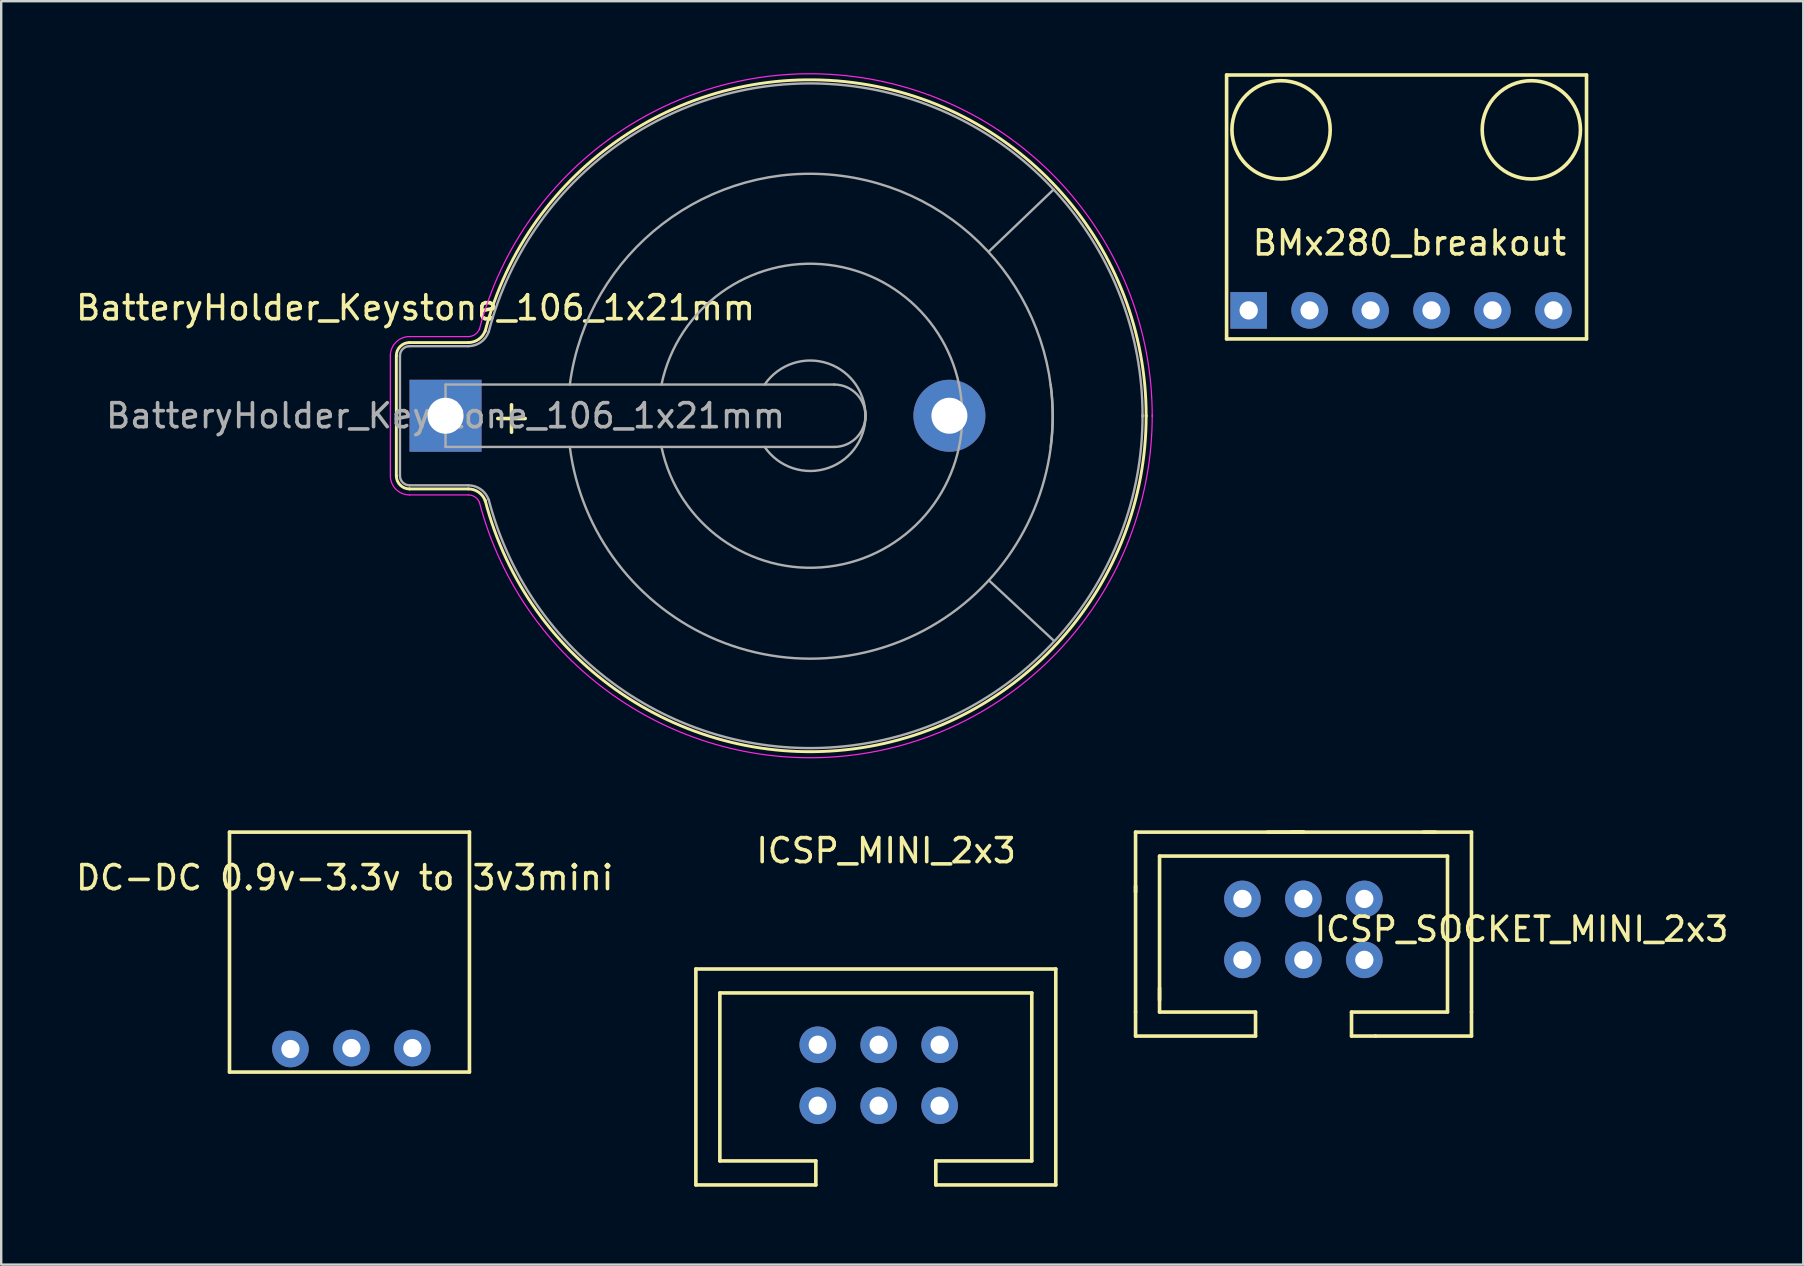
<source format=kicad_pcb>
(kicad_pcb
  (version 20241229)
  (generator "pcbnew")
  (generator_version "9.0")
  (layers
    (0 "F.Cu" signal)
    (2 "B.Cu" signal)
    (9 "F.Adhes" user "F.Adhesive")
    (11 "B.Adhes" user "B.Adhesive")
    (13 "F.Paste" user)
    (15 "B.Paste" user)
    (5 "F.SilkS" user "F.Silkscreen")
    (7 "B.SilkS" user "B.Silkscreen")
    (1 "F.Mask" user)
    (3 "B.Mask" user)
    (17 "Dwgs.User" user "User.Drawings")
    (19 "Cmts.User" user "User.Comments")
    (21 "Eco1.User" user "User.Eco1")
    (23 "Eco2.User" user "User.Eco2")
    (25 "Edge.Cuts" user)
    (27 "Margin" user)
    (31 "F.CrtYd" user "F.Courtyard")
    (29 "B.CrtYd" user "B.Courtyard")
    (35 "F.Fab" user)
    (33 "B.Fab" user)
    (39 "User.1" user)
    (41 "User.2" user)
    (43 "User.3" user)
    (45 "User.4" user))
  (footprint "BatteryHolder_Keystone_106_1x21mm"
    (layer "F.Cu")
    (at 15.518 14.277)
    (property "Reference" "BatteryHolder_Keystone_106_1x21mm" (at -1.25 -4.5 0) (layer "F.SilkS") (effects (font (size 1 1) (thickness 0.15))))
    (attr through_hole)
    (fp_line (start -2.05 -2.5) (end -2.05 2.5) (stroke (width 0.12) (type solid)) (layer "F.SilkS"))
    (fp_line (start -1.5 3.05) (end 0.95 3.05) (stroke (width 0.12) (type solid)) (layer "F.SilkS"))
    (fp_line (start 0.95 -3.05) (end -1.5 -3.05) (stroke (width 0.12) (type solid)) (layer "F.SilkS"))
    (fp_arc (start -2.05 -2.5) (mid -1.888909 -2.888909) (end -1.5 -3.05) (stroke (width 0.12) (type solid)) (layer "F.SilkS"))
    (fp_arc (start -1.5 3.05) (mid -1.888909 2.888909) (end -2.05 2.5) (stroke (width 0.12) (type solid)) (layer "F.SilkS"))
    (fp_arc (start 0.95 3.05) (mid 1.380182 3.185636) (end 1.654769 3.543485) (stroke (width 0.12) (type solid)) (layer "F.SilkS"))
    (fp_arc (start 1.65 -3.52) (mid 16.981862 -13.885887) (end 29.199738 0.015231) (stroke (width 0.12) (type solid)) (layer "F.SilkS"))
    (fp_arc (start 1.654769 -3.543485) (mid 1.380182 -3.185636) (end 0.95 -3.05) (stroke (width 0.12) (type solid)) (layer "F.SilkS"))
    (fp_arc (start 29.199738 -0.015231) (mid 16.981862 13.885887) (end 1.65 3.52) (stroke (width 0.12) (type solid)) (layer "F.SilkS"))
    (fp_line (start -2.3 -2.5) (end -2.3 2.5) (stroke (width 0.05) (type solid)) (layer "F.CrtYd"))
    (fp_line (start -1.5 3.3) (end 0.95 3.3) (stroke (width 0.05) (type solid)) (layer "F.CrtYd"))
    (fp_line (start 0.95 -3.3) (end -1.5 -3.3) (stroke (width 0.05) (type solid)) (layer "F.CrtYd"))
    (fp_arc (start -2.3 -2.5) (mid -2.065685 -3.065685) (end -1.5 -3.3) (stroke (width 0.05) (type solid)) (layer "F.CrtYd"))
    (fp_arc (start -1.5 3.3) (mid -2.065685 3.065685) (end -2.3 2.5) (stroke (width 0.05) (type solid)) (layer "F.CrtYd"))
    (fp_arc (start 0.95 3.3) (mid 1.236788 3.390424) (end 1.419846 3.62899) (stroke (width 0.05) (type solid)) (layer "F.CrtYd"))
    (fp_arc (start 1.41 -3.6) (mid 17.030934 -14.134065) (end 29.452124 0.032591) (stroke (width 0.05) (type solid)) (layer "F.CrtYd"))
    (fp_arc (start 1.419846 -3.62899) (mid 1.236788 -3.390424) (end 0.95 -3.3) (stroke (width 0.05) (type solid)) (layer "F.CrtYd"))
    (fp_arc (start 29.452124 -0.032591) (mid 17.030934 14.134065) (end 1.41 3.6) (stroke (width 0.05) (type solid)) (layer "F.CrtYd"))
    (fp_line (start -1.9 -2.5) (end -1.9 2.5) (stroke (width 0.1) (type solid)) (layer "F.Fab"))
    (fp_line (start -1.5 2.9) (end 0.95 2.9) (stroke (width 0.1) (type solid)) (layer "F.Fab"))
    (fp_line (start 0 -1.3) (end 0 1.3) (stroke (width 0.1) (type solid)) (layer "F.Fab"))
    (fp_line (start 0 1.3) (end 16.2 1.3) (stroke (width 0.1) (type solid)) (layer "F.Fab"))
    (fp_line (start 0.95 -2.9) (end -1.5 -2.9) (stroke (width 0.1) (type solid)) (layer "F.Fab"))
    (fp_line (start 16.2 -1.3) (end 0 -1.3) (stroke (width 0.1) (type solid)) (layer "F.Fab"))
    (fp_line (start 22.644 6.858) (end 25.35 9.373) (stroke (width 0.1) (type solid)) (layer "F.Fab"))
    (fp_line (start 22.657 -6.858) (end 25.342 -9.429) (stroke (width 0.1) (type solid)) (layer "F.Fab"))
    (fp_arc (start -1.9 -2.5) (mid -1.782843 -2.782843) (end -1.5 -2.9) (stroke (width 0.1) (type solid)) (layer "F.Fab"))
    (fp_arc (start -1.5 2.9) (mid -1.782843 2.782843) (end -1.9 2.5) (stroke (width 0.1) (type solid)) (layer "F.Fab"))
    (fp_arc (start 0.95 2.9) (mid 1.466219 3.062763) (end 1.795723 3.492182) (stroke (width 0.1) (type solid)) (layer "F.Fab"))
    (fp_arc (start 1.795723 -3.492182) (mid 1.466219 -3.062763) (end 0.95 -2.9) (stroke (width 0.1) (type solid)) (layer "F.Fab"))
    (fp_arc (start 1.8 -3.5) (mid 16.980951 -13.734563) (end 29.049508 0.033425) (stroke (width 0.1) (type solid)) (layer "F.Fab"))
    (fp_arc (start 5.18 -1.3) (mid 16.5 -10.02) (end 25.22 1.3) (stroke (width 0.1) (type solid)) (layer "F.Fab"))
    (fp_arc (start 9 -1.3) (mid 15.954687 -6.28971) (end 21.531551 0.203631) (stroke (width 0.1) (type solid)) (layer "F.Fab"))
    (fp_arc (start 13.3 -1.3) (mid 15.963947 -2.171724) (end 17.495448 0.175833) (stroke (width 0.1) (type solid)) (layer "F.Fab"))
    (fp_arc (start 16.2 -1.3) (mid 17.5 0) (end 16.2 1.3) (stroke (width 0.1) (type solid)) (layer "F.Fab"))
    (fp_arc (start 17.495448 -0.175833) (mid 15.963947 2.171724) (end 13.3 1.3) (stroke (width 0.1) (type solid)) (layer "F.Fab"))
    (fp_arc (start 21.531551 -0.203631) (mid 15.954687 6.28971) (end 9 1.3) (stroke (width 0.1) (type solid)) (layer "F.Fab"))
    (fp_arc (start 25.22 -1.3) (mid 16.5 10.02) (end 5.18 1.3) (stroke (width 0.1) (type solid)) (layer "F.Fab"))
    (fp_arc (start 29.049508 -0.033425) (mid 16.980951 13.734562) (end 1.8 3.5) (stroke (width 0.1) (type solid)) (layer "F.Fab"))
    (fp_text user "+" (at 2.75 0 0) (layer "F.SilkS") (effects (font (size 1.5 1.5) (thickness 0.15))))
    (fp_text user "${REFERENCE}" (at 0 0 0) (layer "F.Fab") (effects (font (size 1 1) (thickness 0.15))))
    (pad "1" thru_hole rect (at 0 0) (size 3 3) (drill 1.5) (layers "*.Cu" "*.Mask"))
    (pad "2" thru_hole circle (at 21 0) (size 3 3) (drill 1.5) (layers "*.Cu" "*.Mask")))
  (footprint "DC-DC 0.9v-3.3v to 3v3mini"
    (layer "F.Cu")
    (at 6.515 41.629)
    (property "Reference" "DC-DC 0.9v-3.3v to 3v3mini" (at 4.8 -8.1 0) (layer "F.SilkS") (effects (font (size 1 1) (thickness 0.15))))
    (attr through_hole)
    (fp_line (start 0 -10) (end 10 -10) (stroke (width 0.15) (type solid)) (layer "F.SilkS"))
    (fp_line (start 0 0) (end 0 -10) (stroke (width 0.15) (type solid)) (layer "F.SilkS"))
    (fp_line (start 10 -10) (end 10 0) (stroke (width 0.15) (type solid)) (layer "F.SilkS"))
    (fp_line (start 10 0) (end 0 0) (stroke (width 0.15) (type solid)) (layer "F.SilkS"))
    (pad "1" thru_hole circle (at 2.54 -0.96) (size 1.524 1.524) (drill 0.762) (layers "*.Cu" "*.Mask"))
    (pad "2" thru_hole circle (at 5.08 -1) (size 1.524 1.524) (drill 0.762) (layers "*.Cu" "*.Mask"))
    (pad "3" thru_hole circle (at 7.62 -1) (size 1.524 1.524) (drill 0.762) (layers "*.Cu" "*.Mask")))
  (footprint "BMx280_breakout"
    (layer "F.Cu")
    (at 54.07 6.075)
    (property "Reference" "BMx280_breakout" (at 1.62 1 0) (layer "F.SilkS") (effects (font (size 1 1) (thickness 0.15))))
    (attr through_hole)
    (fp_line (start -6 -6) (end -6 5) (stroke (width 0.15) (type solid)) (layer "F.SilkS"))
    (fp_line (start -6 5) (end 9 5) (stroke (width 0.15) (type solid)) (layer "F.SilkS"))
    (fp_line (start 9 -6) (end -6 -6) (stroke (width 0.15) (type solid)) (layer "F.SilkS"))
    (fp_line (start 9 5) (end 9 -6) (stroke (width 0.15) (type solid)) (layer "F.SilkS"))
    (fp_circle (center -3.73 -3.714) (end -1.952 -4.73) (stroke (width 0.15) (type solid)) (fill no) (layer "F.SilkS"))
    (fp_circle (center 6.7 -3.714) (end 8.478 -4.73) (stroke (width 0.15) (type solid)) (fill no) (layer "F.SilkS"))
    (pad "1" thru_hole rect (at -5.08 3.81) (size 1.524 1.524) (drill 0.762) (layers "*.Cu" "*.Mask"))
    (pad "2" thru_hole circle (at -2.54 3.81) (size 1.524 1.524) (drill 0.762) (layers "*.Cu" "*.Mask"))
    (pad "3" thru_hole circle (at 0 3.81) (size 1.524 1.524) (drill 0.762) (layers "*.Cu" "*.Mask"))
    (pad "4" thru_hole circle (at 2.54 3.81) (size 1.524 1.524) (drill 0.762) (layers "*.Cu" "*.Mask"))
    (pad "5" thru_hole circle (at 5.08 3.81) (size 1.524 1.524) (drill 0.762) (layers "*.Cu" "*.Mask"))
    (pad "6" thru_hole circle (at 7.62 3.81) (size 1.524 1.524) (drill 0.762) (layers "*.Cu" "*.Mask")))
  (footprint "ICSP_SOCKET_MINI_2x3"
    (layer "F.Cu")
    (at 44.276 39.129)
    (property "Reference" "ICSP_SOCKET_MINI_2x3" (at 16.083 -3.452 0) (layer "F.SilkS") (effects (font (size 1 1) (thickness 0.15))))
    (attr through_hole)
    (fp_line (start 0 -7.5) (end 7 -7.5) (stroke (width 0.15) (type solid)) (layer "F.SilkS"))
    (fp_line (start 0 -5.25) (end 0 0) (stroke (width 0.15) (type solid)) (layer "F.SilkS"))
    (fp_line (start 0 -5) (end 0 -7.5) (stroke (width 0.15) (type solid)) (layer "F.SilkS"))
    (fp_line (start 0 0) (end 0 1) (stroke (width 0.15) (type solid)) (layer "F.SilkS"))
    (fp_line (start 0 1) (end 5 1) (stroke (width 0.15) (type solid)) (layer "F.SilkS"))
    (fp_line (start 1 -6.5) (end 1 -0.5) (stroke (width 0.15) (type solid)) (layer "F.SilkS"))
    (fp_line (start 1 -1) (end 1 0) (stroke (width 0.15) (type solid)) (layer "F.SilkS"))
    (fp_line (start 5 0) (end 1 0) (stroke (width 0.15) (type solid)) (layer "F.SilkS"))
    (fp_line (start 5 0) (end 5 1) (stroke (width 0.15) (type solid)) (layer "F.SilkS"))
    (fp_line (start 6.5 -7.5) (end 12.5 -7.5) (stroke (width 0.15) (type solid)) (layer "F.SilkS"))
    (fp_line (start 7 -7.5) (end 5.5 -7.5) (stroke (width 0.15) (type solid)) (layer "F.SilkS"))
    (fp_line (start 9 0) (end 9 1) (stroke (width 0.15) (type solid)) (layer "F.SilkS"))
    (fp_line (start 10 1) (end 9 1) (stroke (width 0.15) (type solid)) (layer "F.SilkS"))
    (fp_line (start 10 1) (end 14 1) (stroke (width 0.15) (type solid)) (layer "F.SilkS"))
    (fp_line (start 12 -7.5) (end 14 -7.5) (stroke (width 0.15) (type solid)) (layer "F.SilkS"))
    (fp_line (start 13 -6.5) (end 1 -6.5) (stroke (width 0.15) (type solid)) (layer "F.SilkS"))
    (fp_line (start 13 0) (end 9 0) (stroke (width 0.15) (type solid)) (layer "F.SilkS"))
    (fp_line (start 13 0) (end 13 -6.5) (stroke (width 0.15) (type solid)) (layer "F.SilkS"))
    (fp_line (start 14 -7.5) (end 14 0) (stroke (width 0.15) (type solid)) (layer "F.SilkS"))
    (fp_line (start 14 1) (end 14 0) (stroke (width 0.15) (type solid)) (layer "F.SilkS"))
    (pad "1" thru_hole circle (at 4.454 -2.175) (size 1.524 1.524) (drill 0.762) (layers "*.Cu" "*.Mask"))
    (pad "2" thru_hole circle (at 4.454 -4.715) (size 1.524 1.524) (drill 0.762) (layers "*.Cu" "*.Mask"))
    (pad "3" thru_hole circle (at 6.994 -2.175) (size 1.524 1.524) (drill 0.762) (layers "*.Cu" "*.Mask"))
    (pad "4" thru_hole circle (at 6.994 -4.715) (size 1.524 1.524) (drill 0.762) (layers "*.Cu" "*.Mask"))
    (pad "5" thru_hole circle (at 9.534 -2.175) (size 1.524 1.524) (drill 0.762) (layers "*.Cu" "*.Mask"))
    (pad "6" thru_hole circle (at 9.534 -4.715) (size 1.524 1.524) (drill 0.762) (layers "*.Cu" "*.Mask")))
  (footprint "ICSP_MINI_2x3"
    (layer "F.Cu")
    (at 25.881 46.403)
    (property "Reference" "ICSP_MINI_2x3" (at 8 -14 0) (layer "F.SilkS") (effects (font (size 1 1) (thickness 0.15))))
    (attr through_hole)
    (fp_line (start 0.07 -9.07) (end 0.07 -0.07) (stroke (width 0.15) (type solid)) (layer "F.SilkS"))
    (fp_line (start 0.07 -9.07) (end 15.07 -9.07) (stroke (width 0.15) (type solid)) (layer "F.SilkS"))
    (fp_line (start 0.07 -0.07) (end 5.07 -0.07) (stroke (width 0.15) (type solid)) (layer "F.SilkS"))
    (fp_line (start 1.07 -8.07) (end 14.07 -8.07) (stroke (width 0.15) (type solid)) (layer "F.SilkS"))
    (fp_line (start 1.07 -1.07) (end 1.07 -8.07) (stroke (width 0.15) (type solid)) (layer "F.SilkS"))
    (fp_line (start 5.07 -1.07) (end 1.07 -1.07) (stroke (width 0.15) (type solid)) (layer "F.SilkS"))
    (fp_line (start 5.07 -0.07) (end 5.07 -1.07) (stroke (width 0.15) (type solid)) (layer "F.SilkS"))
    (fp_line (start 10.07 -1.07) (end 10.07 -0.07) (stroke (width 0.15) (type solid)) (layer "F.SilkS"))
    (fp_line (start 14.07 -8.07) (end 14.07 -1.07) (stroke (width 0.15) (type solid)) (layer "F.SilkS"))
    (fp_line (start 14.07 -1.07) (end 10.07 -1.07) (stroke (width 0.15) (type solid)) (layer "F.SilkS"))
    (fp_line (start 15.07 -9.07) (end 15.07 -0.07) (stroke (width 0.15) (type solid)) (layer "F.SilkS"))
    (fp_line (start 15.07 -0.07) (end 10.07 -0.07) (stroke (width 0.15) (type solid)) (layer "F.SilkS"))
    (pad "1" thru_hole circle (at 5.15 -5.912) (size 1.524 1.524) (drill 0.762) (layers "*.Cu" "*.Mask"))
    (pad "2" thru_hole circle (at 7.69 -5.912) (size 1.524 1.524) (drill 0.762) (layers "*.Cu" "*.Mask"))
    (pad "3" thru_hole circle (at 10.23 -5.912) (size 1.524 1.524) (drill 0.762) (layers "*.Cu" "*.Mask"))
    (pad "4" thru_hole circle (at 5.15 -3.372) (size 1.524 1.524) (drill 0.762) (layers "*.Cu" "*.Mask"))
    (pad "5" thru_hole circle (at 7.69 -3.372) (size 1.524 1.524) (drill 0.762) (layers "*.Cu" "*.Mask"))
    (pad "6" thru_hole circle (at 10.23 -3.372) (size 1.524 1.524) (drill 0.762) (layers "*.Cu" "*.Mask")))
  (gr_rect
    (start -3 -3)
    (end 72.103 49.653)
    (stroke (width 0.1) (type default))
    (fill no)
    (layer "Edge.Cuts")))
</source>
